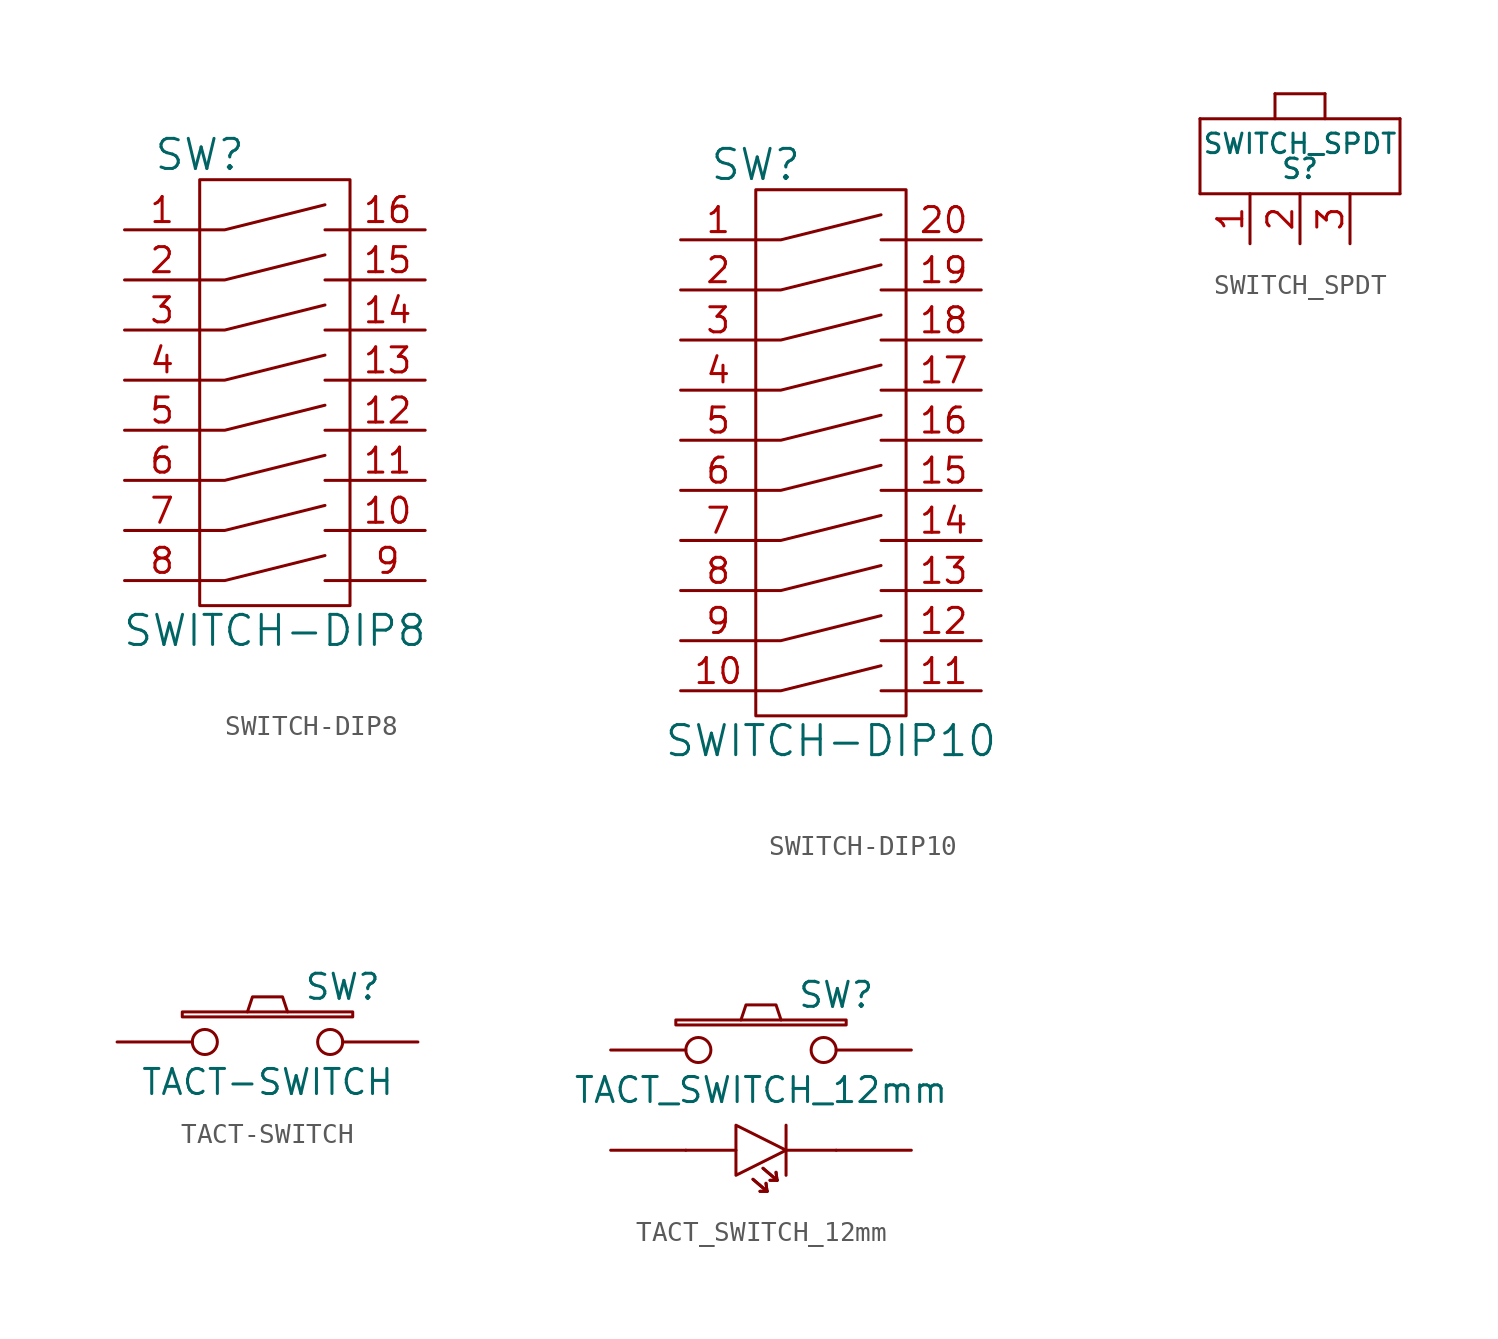
<source format=kicad_sym>
(kicad_symbol_lib
  (version 20210619)
  (generator kicad_symbol_editor)
  (symbol "tinkerforge:SWITCH-DIP8"
    (pin_names
      (offset 1.016))
    (property "Reference" "SW"
      (at -15.24 13.97 0)
      (effects (font (size 1.524 1.524))))
    (property "Value" "SWITCH-DIP8"
      (at -11.43 -10.16 0)
      (effects (font (size 1.524 1.524))))
    (property "Footprint" ""
      (at 0 0 0)
      (effects (font (size 1.524 1.524))))
    (property "Datasheet" ""
      (at 0 0 0)
      (effects (font (size 1.524 1.524))))
    (symbol "SWITCH-DIP8_0_1"
      (rectangle (start -15.24 12.7) (end -7.62 -8.89) (stroke (width 0)) (fill (type none)))
      (polyline (pts (xy -8.89 -7.62) (xy -7.62 -7.62)) (stroke (width 0)) (fill (type none)))
      (polyline (pts (xy -8.89 -5.08) (xy -7.62 -5.08)) (stroke (width 0)) (fill (type none)))
      (polyline (pts (xy -8.89 -2.54) (xy -7.62 -2.54)) (stroke (width 0)) (fill (type none)))
      (polyline (pts (xy -8.89 0) (xy -7.62 0)) (stroke (width 0)) (fill (type none)))
      (polyline (pts (xy -8.89 10.16) (xy -7.62 10.16)) (stroke (width 0)) (fill (type none)))
      (polyline (pts (xy -7.62 2.54) (xy -8.89 2.54)) (stroke (width 0)) (fill (type none)))
      (polyline (pts (xy -7.62 5.08) (xy -8.89 5.08)) (stroke (width 0)) (fill (type none)))
      (polyline (pts (xy -7.62 7.62) (xy -8.89 7.62)) (stroke (width 0)) (fill (type none)))
      (polyline (pts (xy -15.24 -7.62) (xy -13.97 -7.62) (xy -8.89 -6.35)) (stroke (width 0)) (fill (type none)))
      (polyline (pts (xy -15.24 -5.08) (xy -13.97 -5.08) (xy -8.89 -3.81)) (stroke (width 0)) (fill (type none)))
      (polyline (pts (xy -15.24 -2.54) (xy -13.97 -2.54) (xy -8.89 -1.27)) (stroke (width 0)) (fill (type none)))
      (polyline (pts (xy -15.24 0) (xy -13.97 0) (xy -8.89 1.27)) (stroke (width 0)) (fill (type none)))
      (polyline (pts (xy -15.24 2.54) (xy -13.97 2.54) (xy -8.89 3.81)) (stroke (width 0)) (fill (type none)))
      (polyline (pts (xy -15.24 5.08) (xy -13.97 5.08) (xy -8.89 6.35)) (stroke (width 0)) (fill (type none)))
      (polyline (pts (xy -15.24 7.62) (xy -13.97 7.62) (xy -8.89 8.89)) (stroke (width 0)) (fill (type none)))
      (polyline (pts (xy -15.24 10.16) (xy -13.97 10.16) (xy -8.89 11.43)) (stroke (width 0)) (fill (type none))))
    (symbol "SWITCH-DIP8_1_1"
      (pin passive line (at -19.05 10.16 0) (length 3.81) (name "~" (effects (font (size 1.27 1.27)))) (number "1" (effects (font (size 1.27 1.27)))))
      (pin passive line (at -3.81 -5.08 180) (length 3.81) (name "~" (effects (font (size 1.27 1.27)))) (number "10" (effects (font (size 1.27 1.27)))))
      (pin passive line (at -3.81 -2.54 180) (length 3.81) (name "~" (effects (font (size 1.27 1.27)))) (number "11" (effects (font (size 1.27 1.27)))))
      (pin passive line (at -3.81 0 180) (length 3.81) (name "~" (effects (font (size 1.27 1.27)))) (number "12" (effects (font (size 1.27 1.27)))))
      (pin passive line (at -3.81 2.54 180) (length 3.81) (name "~" (effects (font (size 1.27 1.27)))) (number "13" (effects (font (size 1.27 1.27)))))
      (pin passive line (at -3.81 5.08 180) (length 3.81) (name "~" (effects (font (size 1.27 1.27)))) (number "14" (effects (font (size 1.27 1.27)))))
      (pin passive line (at -3.81 7.62 180) (length 3.81) (name "~" (effects (font (size 1.27 1.27)))) (number "15" (effects (font (size 1.27 1.27)))))
      (pin passive line (at -3.81 10.16 180) (length 3.81) (name "~" (effects (font (size 1.27 1.27)))) (number "16" (effects (font (size 1.27 1.27)))))
      (pin passive line (at -19.05 7.62 0) (length 3.81) (name "~" (effects (font (size 1.27 1.27)))) (number "2" (effects (font (size 1.27 1.27)))))
      (pin passive line (at -19.05 5.08 0) (length 3.81) (name "~" (effects (font (size 1.27 1.27)))) (number "3" (effects (font (size 1.27 1.27)))))
      (pin passive line (at -19.05 2.54 0) (length 3.81) (name "~" (effects (font (size 1.27 1.27)))) (number "4" (effects (font (size 1.27 1.27)))))
      (pin passive line (at -19.05 0 0) (length 3.81) (name "~" (effects (font (size 1.27 1.27)))) (number "5" (effects (font (size 1.27 1.27)))))
      (pin passive line (at -19.05 -2.54 0) (length 3.81) (name "~" (effects (font (size 1.27 1.27)))) (number "6" (effects (font (size 1.27 1.27)))))
      (pin passive line (at -19.05 -5.08 0) (length 3.81) (name "~" (effects (font (size 1.27 1.27)))) (number "7" (effects (font (size 1.27 1.27)))))
      (pin passive line (at -19.05 -7.62 0) (length 3.81) (name "~" (effects (font (size 1.27 1.27)))) (number "8" (effects (font (size 1.27 1.27)))))
      (pin passive line (at -3.81 -7.62 180) (length 3.81) (name "~" (effects (font (size 1.27 1.27)))) (number "9" (effects (font (size 1.27 1.27)))))))
  (symbol "tinkerforge:SWITCH-DIP10"
    (pin_names
      (offset 1.016))
    (property "Reference" "SW"
      (at -15.24 13.97 0)
      (effects (font (size 1.524 1.524))))
    (property "Value" "SWITCH-DIP10"
      (at -11.43 -15.24 0)
      (effects (font (size 1.524 1.524))))
    (property "Footprint" ""
      (at 0 0 0)
      (effects (font (size 1.524 1.524))))
    (property "Datasheet" ""
      (at 0 0 0)
      (effects (font (size 1.524 1.524))))
    (symbol "SWITCH-DIP10_0_1"
      (rectangle (start -15.24 12.7) (end -7.62 -13.97) (stroke (width 0)) (fill (type none)))
      (polyline (pts (xy -8.89 -10.16) (xy -7.62 -10.16)) (stroke (width 0)) (fill (type none)))
      (polyline (pts (xy -8.89 -7.62) (xy -7.62 -7.62)) (stroke (width 0)) (fill (type none)))
      (polyline (pts (xy -8.89 -5.08) (xy -7.62 -5.08)) (stroke (width 0)) (fill (type none)))
      (polyline (pts (xy -8.89 -2.54) (xy -7.62 -2.54)) (stroke (width 0)) (fill (type none)))
      (polyline (pts (xy -8.89 0) (xy -7.62 0)) (stroke (width 0)) (fill (type none)))
      (polyline (pts (xy -8.89 10.16) (xy -7.62 10.16)) (stroke (width 0)) (fill (type none)))
      (polyline (pts (xy -7.62 -12.7) (xy -8.89 -12.7)) (stroke (width 0)) (fill (type none)))
      (polyline (pts (xy -7.62 2.54) (xy -8.89 2.54)) (stroke (width 0)) (fill (type none)))
      (polyline (pts (xy -7.62 5.08) (xy -8.89 5.08)) (stroke (width 0)) (fill (type none)))
      (polyline (pts (xy -7.62 7.62) (xy -8.89 7.62)) (stroke (width 0)) (fill (type none)))
      (polyline (pts (xy -15.24 -12.7) (xy -13.97 -12.7) (xy -8.89 -11.43)) (stroke (width 0)) (fill (type none)))
      (polyline (pts (xy -15.24 -10.16) (xy -13.97 -10.16) (xy -8.89 -8.89)) (stroke (width 0)) (fill (type none)))
      (polyline (pts (xy -15.24 -7.62) (xy -13.97 -7.62) (xy -8.89 -6.35)) (stroke (width 0)) (fill (type none)))
      (polyline (pts (xy -15.24 -5.08) (xy -13.97 -5.08) (xy -8.89 -3.81)) (stroke (width 0)) (fill (type none)))
      (polyline (pts (xy -15.24 -2.54) (xy -13.97 -2.54) (xy -8.89 -1.27)) (stroke (width 0)) (fill (type none)))
      (polyline (pts (xy -15.24 0) (xy -13.97 0) (xy -8.89 1.27)) (stroke (width 0)) (fill (type none)))
      (polyline (pts (xy -15.24 2.54) (xy -13.97 2.54) (xy -8.89 3.81)) (stroke (width 0)) (fill (type none)))
      (polyline (pts (xy -15.24 5.08) (xy -13.97 5.08) (xy -8.89 6.35)) (stroke (width 0)) (fill (type none)))
      (polyline (pts (xy -15.24 7.62) (xy -13.97 7.62) (xy -8.89 8.89)) (stroke (width 0)) (fill (type none)))
      (polyline (pts (xy -15.24 10.16) (xy -13.97 10.16) (xy -8.89 11.43)) (stroke (width 0)) (fill (type none))))
    (symbol "SWITCH-DIP10_1_1"
      (pin passive line (at -19.05 10.16 0) (length 3.81) (name "~" (effects (font (size 1.27 1.27)))) (number "1" (effects (font (size 1.27 1.27)))))
      (pin passive line (at -19.05 -12.7 0) (length 3.81) (name "~" (effects (font (size 1.27 1.27)))) (number "10" (effects (font (size 1.27 1.27)))))
      (pin passive line (at -3.81 -12.7 180) (length 3.81) (name "~" (effects (font (size 1.27 1.27)))) (number "11" (effects (font (size 1.27 1.27)))))
      (pin passive line (at -3.81 -10.16 180) (length 3.81) (name "~" (effects (font (size 1.27 1.27)))) (number "12" (effects (font (size 1.27 1.27)))))
      (pin passive line (at -3.81 -7.62 180) (length 3.81) (name "~" (effects (font (size 1.27 1.27)))) (number "13" (effects (font (size 1.27 1.27)))))
      (pin passive line (at -3.81 -5.08 180) (length 3.81) (name "~" (effects (font (size 1.27 1.27)))) (number "14" (effects (font (size 1.27 1.27)))))
      (pin passive line (at -3.81 -2.54 180) (length 3.81) (name "~" (effects (font (size 1.27 1.27)))) (number "15" (effects (font (size 1.27 1.27)))))
      (pin passive line (at -3.81 0 180) (length 3.81) (name "~" (effects (font (size 1.27 1.27)))) (number "16" (effects (font (size 1.27 1.27)))))
      (pin passive line (at -3.81 2.54 180) (length 3.81) (name "~" (effects (font (size 1.27 1.27)))) (number "17" (effects (font (size 1.27 1.27)))))
      (pin passive line (at -3.81 5.08 180) (length 3.81) (name "~" (effects (font (size 1.27 1.27)))) (number "18" (effects (font (size 1.27 1.27)))))
      (pin passive line (at -3.81 7.62 180) (length 3.81) (name "~" (effects (font (size 1.27 1.27)))) (number "19" (effects (font (size 1.27 1.27)))))
      (pin passive line (at -19.05 7.62 0) (length 3.81) (name "~" (effects (font (size 1.27 1.27)))) (number "2" (effects (font (size 1.27 1.27)))))
      (pin passive line (at -3.81 10.16 180) (length 3.81) (name "~" (effects (font (size 1.27 1.27)))) (number "20" (effects (font (size 1.27 1.27)))))
      (pin passive line (at -19.05 5.08 0) (length 3.81) (name "~" (effects (font (size 1.27 1.27)))) (number "3" (effects (font (size 1.27 1.27)))))
      (pin passive line (at -19.05 2.54 0) (length 3.81) (name "~" (effects (font (size 1.27 1.27)))) (number "4" (effects (font (size 1.27 1.27)))))
      (pin passive line (at -19.05 0 0) (length 3.81) (name "~" (effects (font (size 1.27 1.27)))) (number "5" (effects (font (size 1.27 1.27)))))
      (pin passive line (at -19.05 -2.54 0) (length 3.81) (name "~" (effects (font (size 1.27 1.27)))) (number "6" (effects (font (size 1.27 1.27)))))
      (pin passive line (at -19.05 -5.08 0) (length 3.81) (name "~" (effects (font (size 1.27 1.27)))) (number "7" (effects (font (size 1.27 1.27)))))
      (pin passive line (at -19.05 -7.62 0) (length 3.81) (name "~" (effects (font (size 1.27 1.27)))) (number "8" (effects (font (size 1.27 1.27)))))
      (pin passive line (at -19.05 -10.16 0) (length 3.81) (name "~" (effects (font (size 1.27 1.27)))) (number "9" (effects (font (size 1.27 1.27)))))))
  (symbol "tinkerforge:SWITCH_SPDT"
    (pin_names
      (offset 1.016))
    (property "Reference" "S"
      (at 0 0 0)
      (effects (font (size 0.991 0.991))))
    (property "Value" "SWITCH_SPDT"
      (at 0 1.27 0)
      (effects (font (size 0.991 0.991))))
    (symbol "SWITCH_SPDT_0_1"
      (rectangle (start -5.08 2.54) (end -5.08 -1.27) (stroke (width 0)) (fill (type none)))
      (rectangle (start -5.08 2.54) (end 5.08 2.54) (stroke (width 0)) (fill (type none)))
      (rectangle (start -1.27 2.54) (end -1.27 3.81) (stroke (width 0)) (fill (type none)))
      (rectangle (start 1.27 3.81) (end -1.27 3.81) (stroke (width 0)) (fill (type none)))
      (rectangle (start 1.27 3.81) (end 1.27 2.54) (stroke (width 0)) (fill (type none)))
      (rectangle (start 5.08 -1.27) (end -5.08 -1.27) (stroke (width 0)) (fill (type none)))
      (rectangle (start 5.08 -1.27) (end 5.08 2.54) (stroke (width 0)) (fill (type none))))
    (symbol "SWITCH_SPDT_1_1"
      (pin passive line (at -2.54 -3.81 90) (length 2.54) (name "~" (effects (font (size 1.27 1.27)))) (number "1" (effects (font (size 1.27 1.27)))))
      (pin passive line (at 0 -3.81 90) (length 2.54) (name "~" (effects (font (size 1.27 1.27)))) (number "2" (effects (font (size 1.27 1.27)))))
      (pin passive line (at 2.54 -3.81 90) (length 2.54) (name "~" (effects (font (size 1.27 1.27)))) (number "3" (effects (font (size 1.27 1.27)))))))
  (symbol "tinkerforge:TACT-SWITCH"
    (pin_numbers hide)
    (pin_names
      (offset 1.016) hide)
    (property "Reference" "SW"
      (at 3.81 2.794 0)
      (effects (font (size 1.27 1.27))))
    (property "Value" "TACT-SWITCH"
      (at 0 -2.032 0)
      (effects (font (size 1.27 1.27))))
    (property "Footprint" ""
      (at 0 0 0)
      (effects (font (size 1.524 1.524))))
    (property "Datasheet" ""
      (at 0 0 0)
      (effects (font (size 1.524 1.524))))
    (symbol "TACT-SWITCH_0_1"
      (rectangle (start -4.318 1.27) (end 4.318 1.524) (stroke (width 0)) (fill (type none)))
      (polyline (pts (xy -1.016 1.524) (xy -0.762 2.286) (xy 0.762 2.286) (xy 1.016 1.524)) (stroke (width 0)) (fill (type none)))
      (pin passive inverted (at -7.62 0 0) (length 5.08) (name "1" (effects (font (size 1.524 1.524)))) (number "1" (effects (font (size 1.524 1.524)))))
      (pin passive inverted (at 7.62 0 180) (length 5.08) (name "2" (effects (font (size 1.524 1.524)))) (number "2" (effects (font (size 1.524 1.524)))))))
  (symbol "tinkerforge:TACT_SWITCH_12mm"
    (pin_numbers hide)
    (pin_names
      (offset 1.016) hide)
    (property "Reference" "SW"
      (at 3.81 2.794 0)
      (effects (font (size 1.27 1.27))))
    (property "Value" "TACT_SWITCH_12mm"
      (at 0 -2.032 0)
      (effects (font (size 1.27 1.27))))
    (property "Footprint" ""
      (at 0 0 0)
      (effects (font (size 1.524 1.524))))
    (property "Datasheet" ""
      (at 0 0 0)
      (effects (font (size 1.524 1.524))))
    (symbol "TACT_SWITCH_12mm_0_1"
      (rectangle (start -4.318 1.27) (end 4.318 1.524) (stroke (width 0)) (fill (type none)))
      (polyline (pts (xy -1.27 -5.08) (xy -3.81 -5.08)) (stroke (width 0)) (fill (type none)))
      (polyline (pts (xy -0.406 -6.553) (xy 0.305 -7.163)) (stroke (width 0)) (fill (type none)))
      (polyline (pts (xy -0.406 -6.553) (xy 0.305 -7.163)) (stroke (width 0)) (fill (type none)))
      (polyline (pts (xy 0.102 -5.994) (xy 0.813 -6.604)) (stroke (width 0)) (fill (type none)))
      (polyline (pts (xy 0.102 -5.994) (xy 0.813 -6.604)) (stroke (width 0)) (fill (type none)))
      (polyline (pts (xy 0.305 -7.163) (xy -0.051 -7.163)) (stroke (width 0)) (fill (type none)))
      (polyline (pts (xy 0.305 -7.163) (xy -0.051 -7.163)) (stroke (width 0)) (fill (type none)))
      (polyline (pts (xy 0.305 -7.163) (xy 0.254 -6.756)) (stroke (width 0)) (fill (type none)))
      (polyline (pts (xy 0.305 -7.163) (xy 0.254 -6.756)) (stroke (width 0)) (fill (type none)))
      (polyline (pts (xy 0.813 -6.604) (xy 0.457 -6.604)) (stroke (width 0)) (fill (type none)))
      (polyline (pts (xy 0.813 -6.604) (xy 0.457 -6.604)) (stroke (width 0)) (fill (type none)))
      (polyline (pts (xy 0.813 -6.604) (xy 0.762 -6.198)) (stroke (width 0)) (fill (type none)))
      (polyline (pts (xy 0.813 -6.604) (xy 0.762 -6.198)) (stroke (width 0)) (fill (type none)))
      (polyline (pts (xy 1.27 -5.08) (xy 3.81 -5.08)) (stroke (width 0)) (fill (type none)))
      (polyline (pts (xy 1.27 -3.81) (xy 1.27 -6.35)) (stroke (width 0)) (fill (type none)))
      (polyline (pts (xy -1.27 -3.81) (xy -1.27 -6.35) (xy 1.27 -5.08) (xy -1.27 -3.81)) (stroke (width 0)) (fill (type none)))
      (polyline (pts (xy -1.016 1.524) (xy -0.762 2.286) (xy 0.762 2.286) (xy 1.016 1.524)) (stroke (width 0)) (fill (type none)))
      (pin passive inverted (at -7.62 0 0) (length 5.08) (name "3" (effects (font (size 1.524 1.524)))) (number "3" (effects (font (size 1.524 1.524)))))
      (pin passive inverted (at 7.62 0 180) (length 5.08) (name "4" (effects (font (size 1.524 1.524)))) (number "4" (effects (font (size 1.524 1.524))))))
    (symbol "TACT_SWITCH_12mm_1_1"
      (pin passive line (at -7.62 -5.08 0) (length 3.81) (name "~" (effects (font (size 1.27 1.27)))) (number "1" (effects (font (size 1.27 1.27)))))
      (pin passive line (at 7.62 -5.08 180) (length 3.81) (name "~" (effects (font (size 1.27 1.27)))) (number "2" (effects (font (size 1.27 1.27))))))))
</source>
